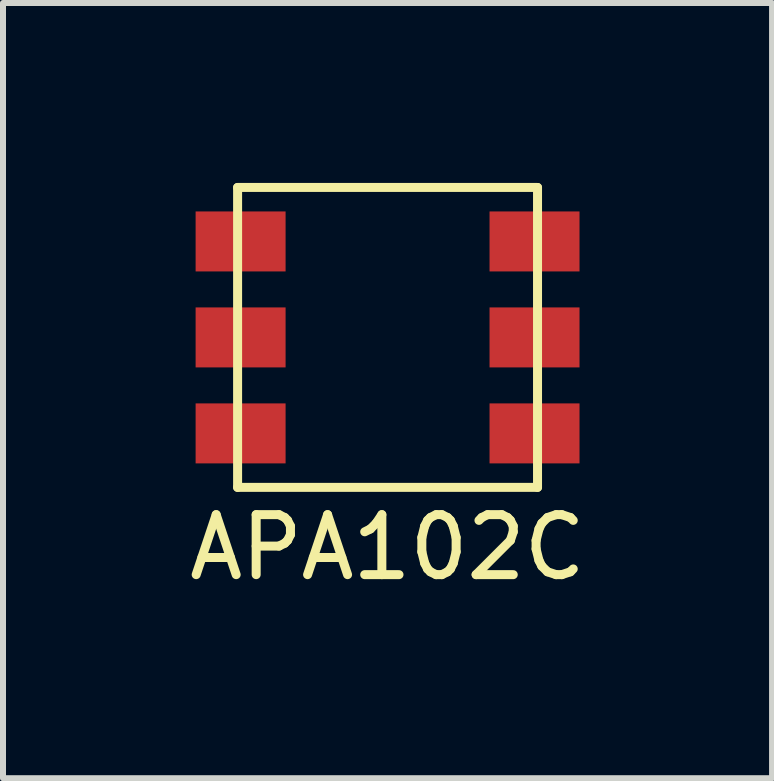
<source format=kicad_pcb>
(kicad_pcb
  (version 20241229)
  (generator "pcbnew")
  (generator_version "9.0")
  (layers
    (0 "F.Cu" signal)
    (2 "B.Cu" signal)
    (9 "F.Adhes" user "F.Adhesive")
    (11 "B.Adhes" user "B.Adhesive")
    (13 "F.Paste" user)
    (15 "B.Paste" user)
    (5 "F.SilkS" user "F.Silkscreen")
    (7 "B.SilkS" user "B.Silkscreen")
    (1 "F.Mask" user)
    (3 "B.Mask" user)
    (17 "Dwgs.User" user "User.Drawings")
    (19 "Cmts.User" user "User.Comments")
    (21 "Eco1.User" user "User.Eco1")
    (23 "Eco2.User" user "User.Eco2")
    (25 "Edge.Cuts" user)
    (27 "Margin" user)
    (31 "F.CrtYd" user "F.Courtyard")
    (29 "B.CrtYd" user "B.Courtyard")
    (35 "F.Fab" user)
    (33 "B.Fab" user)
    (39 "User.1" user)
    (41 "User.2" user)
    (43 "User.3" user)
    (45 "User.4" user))
  (footprint "APA102C"
    (layer "F.Cu")
    (at 3.411 2.575)
    (property "Reference" "APA102C" (at 0 3.5 0) (layer "F.SilkS") (effects (font (size 1 1) (thickness 0.15))))
    (attr through_hole)
    (fp_line (start -2.5 -2.5) (end -2.5 2.5) (stroke (width 0.15) (type solid)) (layer "F.SilkS"))
    (fp_line (start -2.5 2.5) (end 2.5 2.5) (stroke (width 0.15) (type solid)) (layer "F.SilkS"))
    (fp_line (start 2.5 -2.5) (end -2.5 -2.5) (stroke (width 0.15) (type solid)) (layer "F.SilkS"))
    (fp_line (start 2.5 2.5) (end 2.5 -2.5) (stroke (width 0.15) (type solid)) (layer "F.SilkS"))
    (pad "1" smd rect (at -2.45 -1.6) (size 1.5 1) (layers "F.Cu" "F.Mask" "F.Paste"))
    (pad "2" smd rect (at -2.45 0) (size 1.5 1) (layers "F.Cu" "F.Mask" "F.Paste"))
    (pad "3" smd rect (at -2.45 1.6) (size 1.5 1) (layers "F.Cu" "F.Mask" "F.Paste"))
    (pad "4" smd rect (at 2.45 -1.6) (size 1.5 1) (layers "F.Cu" "F.Mask" "F.Paste"))
    (pad "5" smd rect (at 2.45 0) (size 1.5 1) (layers "F.Cu" "F.Mask" "F.Paste"))
    (pad "6" smd rect (at 2.45 1.6) (size 1.5 1) (layers "F.Cu" "F.Mask" "F.Paste")))
  (gr_rect
    (start -3 -3)
    (end 9.821 9.923)
    (stroke (width 0.1) (type default))
    (fill no)
    (layer "Edge.Cuts")))
</source>
